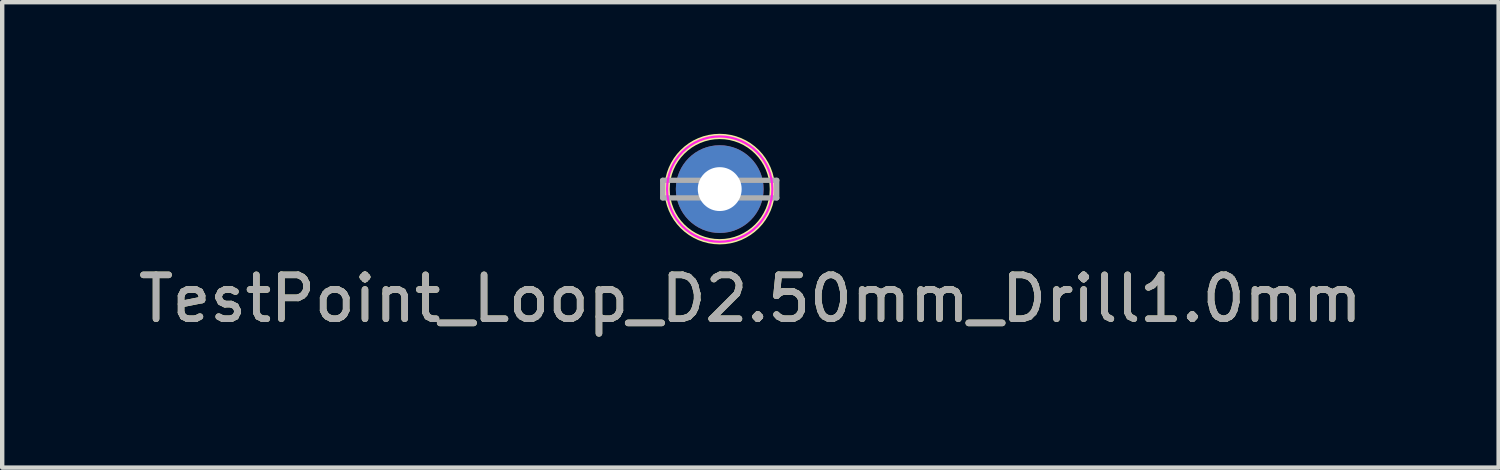
<source format=kicad_pcb>
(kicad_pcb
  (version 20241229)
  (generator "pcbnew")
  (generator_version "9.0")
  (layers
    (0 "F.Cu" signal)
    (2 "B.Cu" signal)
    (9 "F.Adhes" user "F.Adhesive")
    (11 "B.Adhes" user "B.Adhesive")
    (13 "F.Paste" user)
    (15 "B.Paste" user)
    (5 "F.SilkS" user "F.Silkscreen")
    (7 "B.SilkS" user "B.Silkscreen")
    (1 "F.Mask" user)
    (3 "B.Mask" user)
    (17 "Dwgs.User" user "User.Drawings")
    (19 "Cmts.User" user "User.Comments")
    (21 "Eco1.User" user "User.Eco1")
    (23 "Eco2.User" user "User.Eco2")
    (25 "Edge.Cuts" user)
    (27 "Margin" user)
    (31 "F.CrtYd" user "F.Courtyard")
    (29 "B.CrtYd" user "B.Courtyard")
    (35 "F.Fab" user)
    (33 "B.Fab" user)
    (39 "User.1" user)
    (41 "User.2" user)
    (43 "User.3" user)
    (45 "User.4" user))
  (footprint "TestPoint_Loop_D2.50mm_Drill1.0mm"
    (layer "F.Cu")
    (at 13.354 1.26)
    (property "Reference" "TestPoint_Loop_D2.50mm_Drill1.0mm" (at 0.7 2.5 0) (layer "F.SilkS") (effects (font (size 1 1) (thickness 0.15))))
    (attr through_hole)
    (fp_circle (center 0 0) (end 1.2 0) (stroke (width 0.12) (type solid)) (fill no) (layer "F.SilkS"))
    (fp_circle (center 0 0) (end 1.2 0) (stroke (width 0.05) (type solid)) (fill no) (layer "F.CrtYd"))
    (fp_line (start -1.3 -0.2) (end -1.3 0.2) (stroke (width 0.12) (type solid)) (layer "F.Fab"))
    (fp_line (start -1.3 0.2) (end 1.3 0.2) (stroke (width 0.12) (type solid)) (layer "F.Fab"))
    (fp_line (start 1.3 -0.2) (end -1.3 -0.2) (stroke (width 0.12) (type solid)) (layer "F.Fab"))
    (fp_line (start 1.3 0.2) (end 1.3 -0.2) (stroke (width 0.12) (type solid)) (layer "F.Fab"))
    (fp_text user "${REFERENCE}" (at 0.7 2.5 0) (layer "F.Fab") (effects (font (size 1 1) (thickness 0.15))))
    (pad "1" thru_hole circle (at 0 0) (size 2 2) (drill 1) (layers "*.Cu" "*.Mask")))
  (gr_rect
    (start -3 -3)
    (end 31.107 7.608)
    (stroke (width 0.1) (type default))
    (fill no)
    (layer "Edge.Cuts")))
</source>
